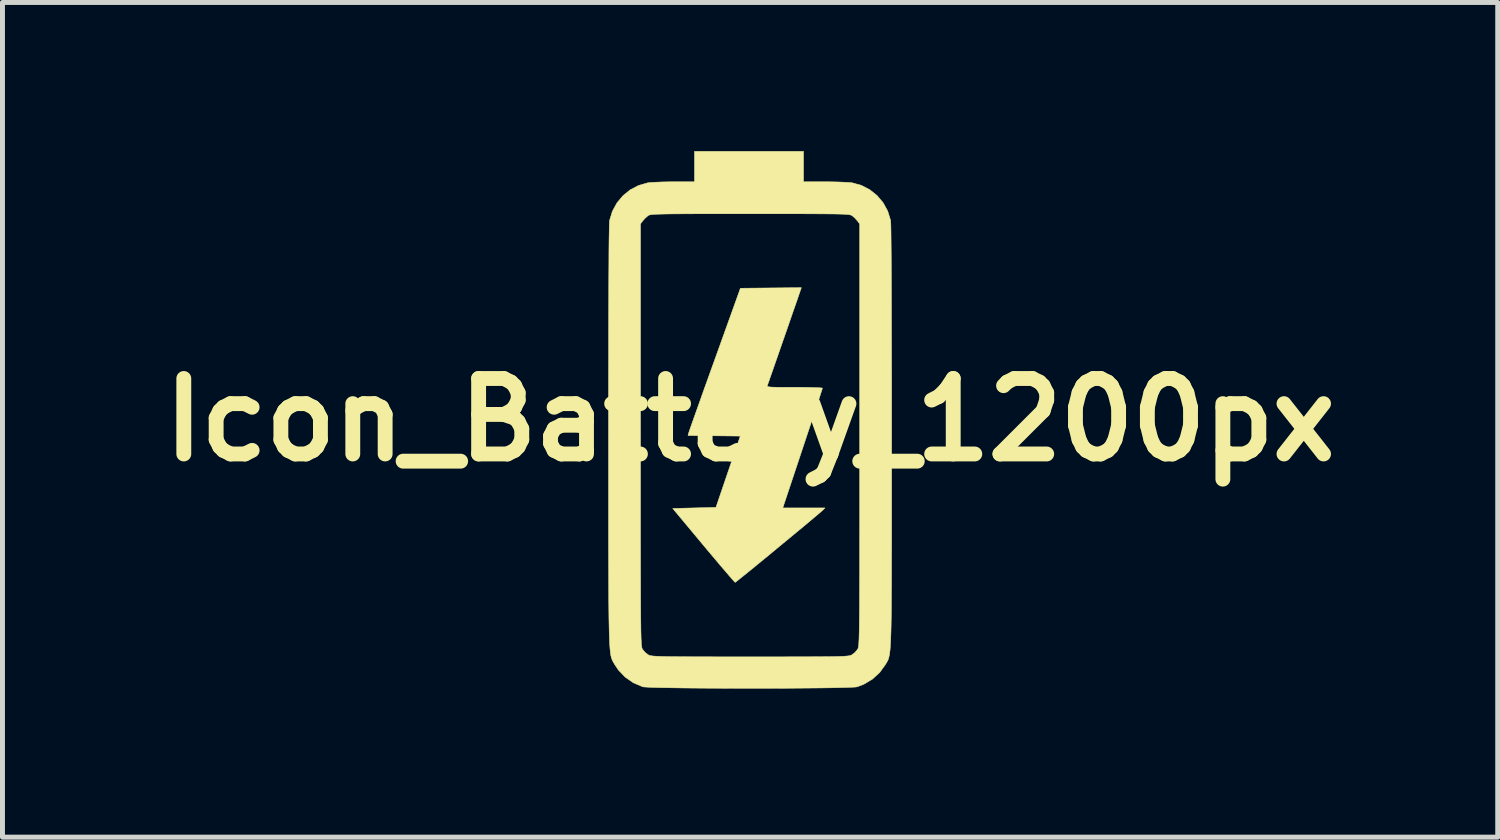
<source format=kicad_pcb>
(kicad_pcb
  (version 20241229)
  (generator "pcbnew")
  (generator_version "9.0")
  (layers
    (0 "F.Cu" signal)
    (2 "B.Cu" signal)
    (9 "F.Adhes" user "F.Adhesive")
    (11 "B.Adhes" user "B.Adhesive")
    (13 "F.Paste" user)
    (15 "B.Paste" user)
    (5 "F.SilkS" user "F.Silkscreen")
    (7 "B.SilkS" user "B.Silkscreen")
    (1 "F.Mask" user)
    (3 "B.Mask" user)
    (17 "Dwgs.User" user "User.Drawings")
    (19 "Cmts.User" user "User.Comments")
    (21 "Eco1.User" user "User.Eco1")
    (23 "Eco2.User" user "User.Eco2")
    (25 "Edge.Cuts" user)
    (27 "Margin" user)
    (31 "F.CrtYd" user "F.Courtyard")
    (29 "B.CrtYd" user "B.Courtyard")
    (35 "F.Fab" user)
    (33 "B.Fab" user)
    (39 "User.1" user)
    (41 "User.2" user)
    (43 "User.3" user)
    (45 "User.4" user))
  (footprint "Icon_Battery_1200px"
    (layer "F.Cu")
    (at 12.09 5.424)
    (property "Reference" "Icon_Battery_1200px" (at 0 0 0) (layer "F.SilkS") (effects (font (size 1.524 1.524) (thickness 0.3))))
    (attr through_hole)
    (fp_poly (pts (xy 0.975 -2.493) (xy 0.94 -2.391) (xy 0.896 -2.266) (xy 0.846 -2.122) (xy 0.792 -1.964) (xy 0.734 -1.797) (xy 0.674 -1.626) (xy 0.615 -1.456) (xy 0.558 -1.291) (xy 0.504 -1.137) (xy 0.456 -0.998) (xy 0.414 -0.88) (xy 0.382 -0.786) (xy 0.359 -0.722) (xy 0.349 -0.694) (xy 0.349 -0.693) (xy 0.347 -0.682) (xy 0.353 -0.673) (xy 0.373 -0.667) (xy 0.411 -0.662) (xy 0.471 -0.659) (xy 0.558 -0.657) (xy 0.677 -0.656) (xy 0.831 -0.656) (xy 0.897 -0.656) (xy 1.047 -0.656) (xy 1.181 -0.654) (xy 1.295 -0.651) (xy 1.384 -0.648) (xy 1.441 -0.644) (xy 1.46 -0.64) (xy 1.454 -0.618) (xy 1.435 -0.559) (xy 1.405 -0.466) (xy 1.365 -0.345) (xy 1.317 -0.197) (xy 1.261 -0.027) (xy 1.198 0.162) (xy 1.13 0.366) (xy 1.06 0.577) (xy 0.66 1.778) (xy 1.512 1.778) (xy 1.46 1.829) (xy 1.43 1.856) (xy 1.372 1.906) (xy 1.291 1.974) (xy 1.19 2.059) (xy 1.072 2.158) (xy 0.941 2.266) (xy 0.801 2.382) (xy 0.655 2.502) (xy 0.508 2.624) (xy 0.363 2.744) (xy 0.223 2.858) (xy 0.092 2.966) (xy -0.026 3.062) (xy -0.128 3.144) (xy -0.21 3.21) (xy -0.267 3.256) (xy -0.298 3.279) (xy -0.301 3.281) (xy -0.318 3.265) (xy -0.358 3.22) (xy -0.42 3.149) (xy -0.501 3.054) (xy -0.598 2.941) (xy -0.708 2.81) (xy -0.829 2.667) (xy -0.939 2.535) (xy -1.561 1.789) (xy -1.125 1.778) (xy -0.689 1.767) (xy -0.444 1.048) (xy -0.198 0.328) (xy -0.725 0.322) (xy -1.253 0.317) (xy -1.241 0.27) (xy -1.232 0.242) (xy -1.21 0.178) (xy -1.176 0.081) (xy -1.131 -0.046) (xy -1.076 -0.2) (xy -1.013 -0.377) (xy -0.943 -0.575) (xy -0.866 -0.789) (xy -0.784 -1.017) (xy -0.712 -1.217) (xy -0.195 -2.656) (xy 0.42 -2.662) (xy 1.035 -2.668) (xy 0.975 -2.493)) (stroke (width 0.01) (type solid)) (fill yes) (layer "F.SilkS"))
    (fp_poly (pts (xy 1.079 -4.805) (xy 1.508 -4.805) (xy 1.648 -4.804) (xy 1.782 -4.801) (xy 1.901 -4.796) (xy 1.997 -4.791) (xy 2.059 -4.785) (xy 2.061 -4.784) (xy 2.245 -4.733) (xy 2.414 -4.646) (xy 2.562 -4.528) (xy 2.685 -4.383) (xy 2.777 -4.216) (xy 2.834 -4.033) (xy 2.836 -4.024) (xy 2.839 -3.987) (xy 2.842 -3.908) (xy 2.844 -3.786) (xy 2.846 -3.623) (xy 2.848 -3.419) (xy 2.85 -3.173) (xy 2.852 -2.886) (xy 2.853 -2.558) (xy 2.854 -2.189) (xy 2.855 -1.78) (xy 2.856 -1.331) (xy 2.857 -0.841) (xy 2.857 -0.311) (xy 2.857 0.258) (xy 2.857 0.315) (xy 2.857 0.823) (xy 2.857 1.291) (xy 2.857 1.72) (xy 2.857 2.111) (xy 2.857 2.468) (xy 2.856 2.791) (xy 2.856 3.082) (xy 2.855 3.343) (xy 2.853 3.576) (xy 2.852 3.783) (xy 2.85 3.965) (xy 2.847 4.124) (xy 2.844 4.261) (xy 2.84 4.38) (xy 2.836 4.481) (xy 2.831 4.566) (xy 2.826 4.637) (xy 2.819 4.695) (xy 2.812 4.743) (xy 2.804 4.782) (xy 2.796 4.815) (xy 2.786 4.842) (xy 2.775 4.865) (xy 2.763 4.887) (xy 2.75 4.909) (xy 2.736 4.932) (xy 2.733 4.938) (xy 2.616 5.1) (xy 2.469 5.234) (xy 2.297 5.337) (xy 2.161 5.389) (xy 2.123 5.394) (xy 2.047 5.398) (xy 1.935 5.402) (xy 1.791 5.406) (xy 1.62 5.409) (xy 1.425 5.412) (xy 1.208 5.414) (xy 0.975 5.416) (xy 0.728 5.418) (xy 0.471 5.419) (xy 0.207 5.419) (xy -0.059 5.419) (xy -0.325 5.419) (xy -0.586 5.418) (xy -0.84 5.417) (xy -1.082 5.415) (xy -1.309 5.413) (xy -1.517 5.41) (xy -1.703 5.407) (xy -1.863 5.404) (xy -1.994 5.4) (xy -2.091 5.395) (xy -2.153 5.391) (xy -2.17 5.387) (xy -2.356 5.308) (xy -2.52 5.194) (xy -2.657 5.051) (xy -2.733 4.938) (xy -2.747 4.914) (xy -2.76 4.892) (xy -2.772 4.87) (xy -2.783 4.847) (xy -2.793 4.821) (xy -2.802 4.791) (xy -2.811 4.753) (xy -2.818 4.707) (xy -2.824 4.651) (xy -2.83 4.583) (xy -2.835 4.502) (xy -2.839 4.405) (xy -2.843 4.291) (xy -2.846 4.157) (xy -2.849 4.003) (xy -2.851 3.827) (xy -2.853 3.626) (xy -2.854 3.4) (xy -2.855 3.145) (xy -2.856 2.861) (xy -2.857 2.546) (xy -2.857 2.197) (xy -2.857 1.814) (xy -2.857 1.394) (xy -2.857 0.935) (xy -2.857 0.437) (xy -2.857 0.315) (xy -2.857 -0.258) (xy -2.857 -0.792) (xy -2.856 -1.285) (xy -2.856 -1.739) (xy -2.855 -2.152) (xy -2.853 -2.525) (xy -2.852 -2.856) (xy -2.85 -3.147) (xy -2.849 -3.397) (xy -2.847 -3.606) (xy -2.844 -3.773) (xy -2.842 -3.898) (xy -2.84 -3.955) (xy -2.212 -3.955) (xy -2.212 0.303) (xy -2.212 0.802) (xy -2.212 1.261) (xy -2.212 1.681) (xy -2.212 2.063) (xy -2.212 2.411) (xy -2.211 2.725) (xy -2.211 3.007) (xy -2.21 3.259) (xy -2.21 3.482) (xy -2.209 3.679) (xy -2.208 3.851) (xy -2.207 4.001) (xy -2.205 4.128) (xy -2.204 4.237) (xy -2.202 4.327) (xy -2.2 4.402) (xy -2.197 4.462) (xy -2.195 4.51) (xy -2.192 4.546) (xy -2.188 4.574) (xy -2.185 4.595) (xy -2.181 4.61) (xy -2.176 4.621) (xy -2.171 4.63) (xy -2.17 4.633) (xy -2.121 4.693) (xy -2.059 4.741) (xy -2.053 4.744) (xy -2.04 4.751) (xy -2.023 4.757) (xy -2 4.762) (xy -1.968 4.766) (xy -1.926 4.77) (xy -1.871 4.773) (xy -1.798 4.776) (xy -1.708 4.778) (xy -1.595 4.78) (xy -1.459 4.781) (xy -1.296 4.782) (xy -1.103 4.783) (xy -0.879 4.783) (xy -0.62 4.784) (xy -0.324 4.784) (xy 0 4.784) (xy 0.335 4.784) (xy 0.629 4.784) (xy 0.887 4.783) (xy 1.11 4.783) (xy 1.302 4.782) (xy 1.464 4.781) (xy 1.6 4.78) (xy 1.711 4.778) (xy 1.801 4.776) (xy 1.873 4.773) (xy 1.928 4.77) (xy 1.97 4.766) (xy 2.001 4.762) (xy 2.023 4.757) (xy 2.04 4.751) (xy 2.053 4.744) (xy 2.115 4.698) (xy 2.166 4.638) (xy 2.17 4.633) (xy 2.175 4.624) (xy 2.179 4.614) (xy 2.183 4.6) (xy 2.187 4.582) (xy 2.191 4.557) (xy 2.194 4.523) (xy 2.196 4.48) (xy 2.199 4.424) (xy 2.201 4.355) (xy 2.203 4.27) (xy 2.205 4.168) (xy 2.206 4.047) (xy 2.208 3.905) (xy 2.209 3.741) (xy 2.209 3.553) (xy 2.21 3.339) (xy 2.211 3.097) (xy 2.211 2.825) (xy 2.211 2.523) (xy 2.212 2.187) (xy 2.212 1.817) (xy 2.212 1.41) (xy 2.212 0.965) (xy 2.212 0.48) (xy 2.212 0.303) (xy 2.212 -3.955) (xy 2.168 -4.014) (xy 2.118 -4.07) (xy 2.066 -4.116) (xy 2.056 -4.123) (xy 2.044 -4.129) (xy 2.028 -4.135) (xy 2.005 -4.14) (xy 1.972 -4.144) (xy 1.928 -4.148) (xy 1.869 -4.151) (xy 1.793 -4.153) (xy 1.697 -4.155) (xy 1.579 -4.156) (xy 1.437 -4.157) (xy 1.266 -4.158) (xy 1.066 -4.159) (xy 0.833 -4.159) (xy 0.565 -4.159) (xy 0.259 -4.159) (xy 0 -4.159) (xy -0.336 -4.159) (xy -0.633 -4.159) (xy -0.892 -4.159) (xy -1.117 -4.159) (xy -1.31 -4.158) (xy -1.474 -4.157) (xy -1.61 -4.156) (xy -1.723 -4.154) (xy -1.813 -4.152) (xy -1.885 -4.15) (xy -1.94 -4.147) (xy -1.981 -4.143) (xy -2.011 -4.139) (xy -2.032 -4.134) (xy -2.047 -4.128) (xy -2.058 -4.121) (xy -2.066 -4.116) (xy -2.123 -4.065) (xy -2.168 -4.014) (xy -2.212 -3.955) (xy -2.84 -3.955) (xy -2.839 -3.981) (xy -2.836 -4.022) (xy -2.836 -4.024) (xy -2.78 -4.208) (xy -2.689 -4.376) (xy -2.568 -4.522) (xy -2.421 -4.642) (xy -2.253 -4.73) (xy -2.07 -4.783) (xy -2.061 -4.784) (xy -2 -4.791) (xy -1.906 -4.796) (xy -1.788 -4.801) (xy -1.656 -4.804) (xy -1.529 -4.805) (xy -1.122 -4.805) (xy -1.122 -5.419) (xy 1.079 -5.419) (xy 1.079 -4.805)) (stroke (width 0.01) (type solid)) (fill yes) (layer "F.SilkS")))
  (gr_rect
    (start -3 -3)
    (end 27.181 13.848)
    (stroke (width 0.1) (type default))
    (fill no)
    (layer "Edge.Cuts")))
</source>
